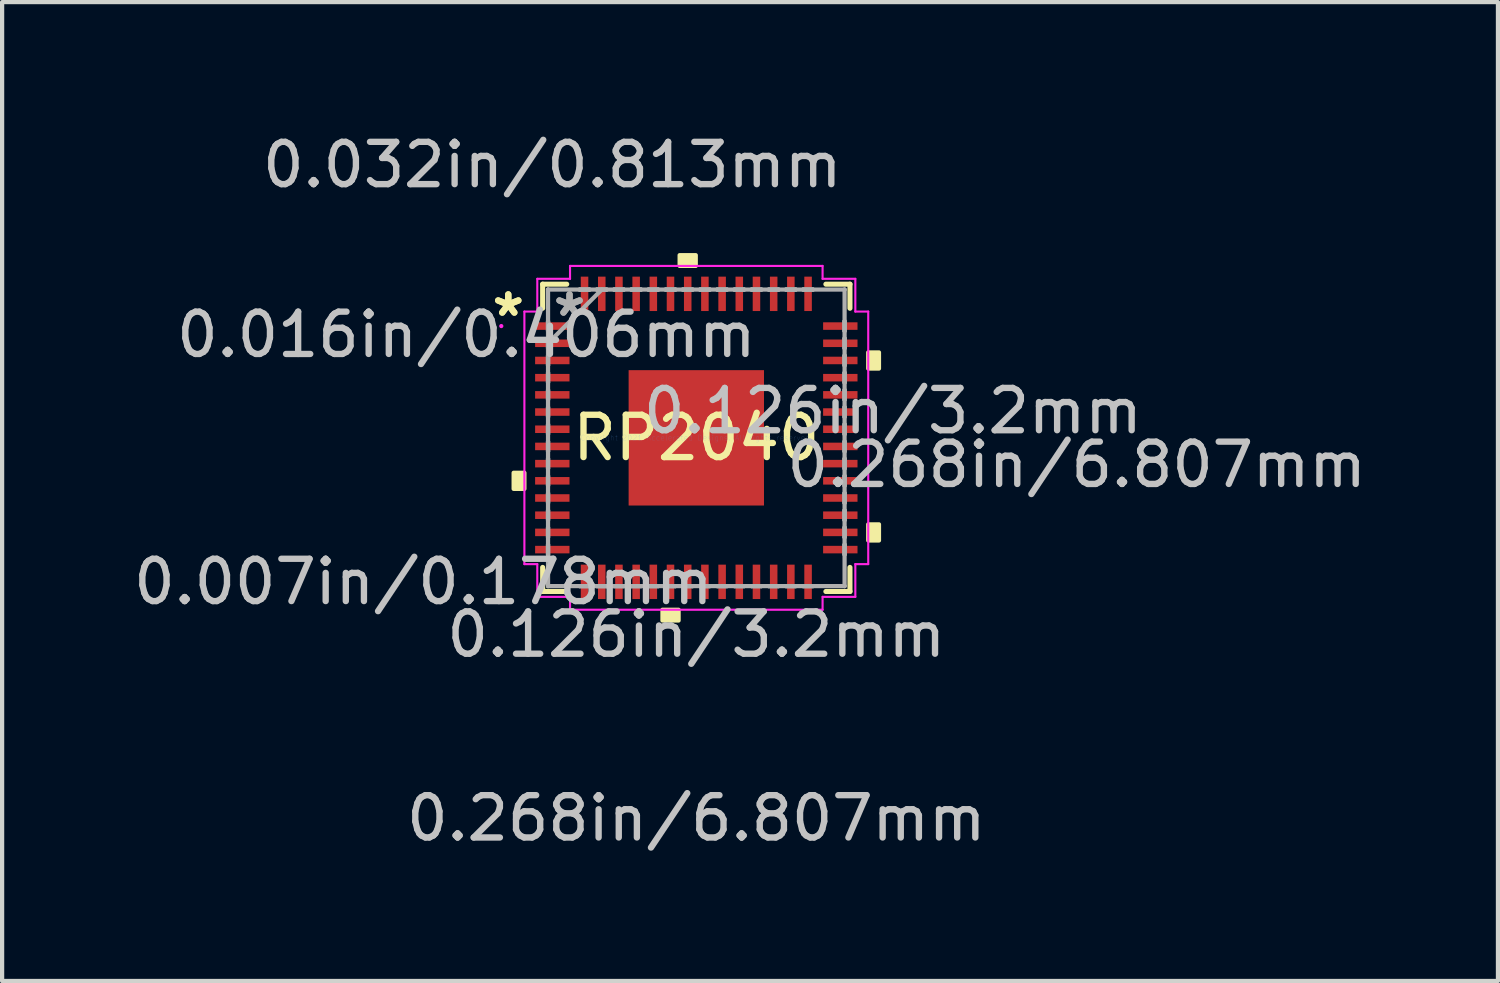
<source format=kicad_pcb>
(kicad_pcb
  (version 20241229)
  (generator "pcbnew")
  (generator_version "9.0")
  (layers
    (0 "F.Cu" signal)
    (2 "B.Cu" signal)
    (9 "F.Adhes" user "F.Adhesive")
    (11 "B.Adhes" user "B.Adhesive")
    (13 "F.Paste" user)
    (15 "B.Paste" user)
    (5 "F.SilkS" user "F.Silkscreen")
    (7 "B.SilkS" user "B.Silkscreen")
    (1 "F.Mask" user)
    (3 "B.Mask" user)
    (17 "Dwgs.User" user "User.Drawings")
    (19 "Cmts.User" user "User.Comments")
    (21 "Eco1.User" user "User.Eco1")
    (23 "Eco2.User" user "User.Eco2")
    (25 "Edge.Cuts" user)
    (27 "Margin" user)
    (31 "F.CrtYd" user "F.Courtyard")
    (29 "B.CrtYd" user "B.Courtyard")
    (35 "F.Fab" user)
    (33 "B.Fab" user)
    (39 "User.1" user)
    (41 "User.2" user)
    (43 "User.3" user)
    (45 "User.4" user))
  (footprint "RP2040"
    (layer "F.Cu")
    (at 13.41 7.3)
    (property "Reference" "RP2040" (at 0 0 0) (layer "F.SilkS") (effects (font (size 1 1) (thickness 0.15))))
    (attr through_hole)
    (fp_line (start -3.632 -3.632) (end -3.632 -3.063) (stroke (width 0.12) (type solid)) (layer "F.SilkS"))
    (fp_line (start -3.632 3.063) (end -3.632 3.632) (stroke (width 0.12) (type solid)) (layer "F.SilkS"))
    (fp_line (start -3.632 3.632) (end -3.063 3.632) (stroke (width 0.12) (type solid)) (layer "F.SilkS"))
    (fp_line (start -3.063 -3.632) (end -3.632 -3.632) (stroke (width 0.12) (type solid)) (layer "F.SilkS"))
    (fp_line (start 3.063 3.632) (end 3.632 3.632) (stroke (width 0.12) (type solid)) (layer "F.SilkS"))
    (fp_line (start 3.632 -3.632) (end 3.063 -3.632) (stroke (width 0.12) (type solid)) (layer "F.SilkS"))
    (fp_line (start 3.632 -3.063) (end 3.632 -3.632) (stroke (width 0.12) (type solid)) (layer "F.SilkS"))
    (fp_line (start 3.632 3.632) (end 3.632 3.063) (stroke (width 0.12) (type solid)) (layer "F.SilkS"))
    (fp_poly (pts (xy -4.318 0.826) (xy -4.318 1.206) (xy -4.064 1.206) (xy -4.064 0.826)) (stroke (width 0.1) (type solid)) (fill yes) (layer "F.SilkS"))
    (fp_poly (pts (xy -0.8 4.064) (xy -0.8 4.318) (xy -0.419 4.318) (xy -0.419 4.064)) (stroke (width 0.1) (type solid)) (fill yes) (layer "F.SilkS"))
    (fp_poly (pts (xy -0.394 -4.064) (xy -0.394 -4.318) (xy -0.013 -4.318) (xy -0.013 -4.064)) (stroke (width 0.1) (type solid)) (fill yes) (layer "F.SilkS"))
    (fp_poly (pts (xy 4.318 -2.019) (xy 4.318 -1.638) (xy 4.064 -1.638) (xy 4.064 -2.019)) (stroke (width 0.1) (type solid)) (fill yes) (layer "F.SilkS"))
    (fp_poly (pts (xy 4.318 2.045) (xy 4.318 2.426) (xy 4.064 2.426) (xy 4.064 2.045)) (stroke (width 0.1) (type solid)) (fill yes) (layer "F.SilkS"))
    (fp_poly (pts (xy -1.5 -1.5) (xy -1.5 -0.1) (xy -0.1 -0.1) (xy -0.1 -1.5)) (stroke (width 0.1) (type solid)) (fill yes) (layer "F.Paste"))
    (fp_poly (pts (xy -1.5 0.1) (xy -1.5 1.5) (xy -0.1 1.5) (xy -0.1 0.1)) (stroke (width 0.1) (type solid)) (fill yes) (layer "F.Paste"))
    (fp_poly (pts (xy 0.1 -1.5) (xy 0.1 -0.1) (xy 1.5 -0.1) (xy 1.5 -1.5)) (stroke (width 0.1) (type solid)) (fill yes) (layer "F.Paste"))
    (fp_poly (pts (xy 0.1 0.1) (xy 0.1 1.5) (xy 1.5 1.5) (xy 1.5 0.1)) (stroke (width 0.1) (type solid)) (fill yes) (layer "F.Paste"))
    (fp_line (start -4.064 -2.985) (end -3.759 -2.985) (stroke (width 0.05) (type solid)) (layer "F.CrtYd"))
    (fp_line (start -4.064 2.985) (end -4.064 -2.985) (stroke (width 0.05) (type solid)) (layer "F.CrtYd"))
    (fp_line (start -3.759 -3.759) (end -2.985 -3.759) (stroke (width 0.05) (type solid)) (layer "F.CrtYd"))
    (fp_line (start -3.759 -2.985) (end -3.759 -3.759) (stroke (width 0.05) (type solid)) (layer "F.CrtYd"))
    (fp_line (start -3.759 2.985) (end -4.064 2.985) (stroke (width 0.05) (type solid)) (layer "F.CrtYd"))
    (fp_line (start -3.759 3.759) (end -3.759 2.985) (stroke (width 0.05) (type solid)) (layer "F.CrtYd"))
    (fp_line (start -2.985 -4.064) (end 2.985 -4.064) (stroke (width 0.05) (type solid)) (layer "F.CrtYd"))
    (fp_line (start -2.985 -3.759) (end -2.985 -4.064) (stroke (width 0.05) (type solid)) (layer "F.CrtYd"))
    (fp_line (start -2.985 3.759) (end -3.759 3.759) (stroke (width 0.05) (type solid)) (layer "F.CrtYd"))
    (fp_line (start -2.985 4.064) (end -2.985 3.759) (stroke (width 0.05) (type solid)) (layer "F.CrtYd"))
    (fp_line (start 2.985 -4.064) (end 2.985 -3.759) (stroke (width 0.05) (type solid)) (layer "F.CrtYd"))
    (fp_line (start 2.985 -3.759) (end 3.759 -3.759) (stroke (width 0.05) (type solid)) (layer "F.CrtYd"))
    (fp_line (start 2.985 3.759) (end 2.985 4.064) (stroke (width 0.05) (type solid)) (layer "F.CrtYd"))
    (fp_line (start 2.985 4.064) (end -2.985 4.064) (stroke (width 0.05) (type solid)) (layer "F.CrtYd"))
    (fp_line (start 3.759 -3.759) (end 3.759 -2.985) (stroke (width 0.05) (type solid)) (layer "F.CrtYd"))
    (fp_line (start 3.759 -2.985) (end 4.064 -2.985) (stroke (width 0.05) (type solid)) (layer "F.CrtYd"))
    (fp_line (start 3.759 2.985) (end 3.759 3.759) (stroke (width 0.05) (type solid)) (layer "F.CrtYd"))
    (fp_line (start 3.759 3.759) (end 2.985 3.759) (stroke (width 0.05) (type solid)) (layer "F.CrtYd"))
    (fp_line (start 4.064 -2.985) (end 4.064 2.985) (stroke (width 0.05) (type solid)) (layer "F.CrtYd"))
    (fp_line (start 4.064 2.985) (end 3.759 2.985) (stroke (width 0.05) (type solid)) (layer "F.CrtYd"))
    (fp_circle (center -4.61 -2.642) (end -4.61 -2.642) (stroke (width 0.05) (type solid)) (fill no) (layer "F.CrtYd"))
    (fp_line (start -3.505 -3.505) (end -3.505 -3.505) (stroke (width 0.1) (type solid)) (layer "F.Fab"))
    (fp_line (start -3.505 -3.505) (end -3.505 3.505) (stroke (width 0.1) (type solid)) (layer "F.Fab"))
    (fp_line (start -3.505 -2.756) (end -3.505 -2.756) (stroke (width 0.1) (type solid)) (layer "F.Fab"))
    (fp_line (start -3.505 -2.756) (end -3.505 -2.527) (stroke (width 0.1) (type solid)) (layer "F.Fab"))
    (fp_line (start -3.505 -2.527) (end -3.505 -2.756) (stroke (width 0.1) (type solid)) (layer "F.Fab"))
    (fp_line (start -3.505 -2.527) (end -3.505 -2.527) (stroke (width 0.1) (type solid)) (layer "F.Fab"))
    (fp_line (start -3.505 -2.349) (end -3.505 -2.349) (stroke (width 0.1) (type solid)) (layer "F.Fab"))
    (fp_line (start -3.505 -2.349) (end -3.505 -2.121) (stroke (width 0.1) (type solid)) (layer "F.Fab"))
    (fp_line (start -3.505 -2.235) (end -2.235 -3.505) (stroke (width 0.1) (type solid)) (layer "F.Fab"))
    (fp_line (start -3.505 -2.121) (end -3.505 -2.349) (stroke (width 0.1) (type solid)) (layer "F.Fab"))
    (fp_line (start -3.505 -2.121) (end -3.505 -2.121) (stroke (width 0.1) (type solid)) (layer "F.Fab"))
    (fp_line (start -3.505 -1.943) (end -3.505 -1.943) (stroke (width 0.1) (type solid)) (layer "F.Fab"))
    (fp_line (start -3.505 -1.943) (end -3.505 -1.714) (stroke (width 0.1) (type solid)) (layer "F.Fab"))
    (fp_line (start -3.505 -1.714) (end -3.505 -1.943) (stroke (width 0.1) (type solid)) (layer "F.Fab"))
    (fp_line (start -3.505 -1.714) (end -3.505 -1.714) (stroke (width 0.1) (type solid)) (layer "F.Fab"))
    (fp_line (start -3.505 -1.537) (end -3.505 -1.537) (stroke (width 0.1) (type solid)) (layer "F.Fab"))
    (fp_line (start -3.505 -1.537) (end -3.505 -1.308) (stroke (width 0.1) (type solid)) (layer "F.Fab"))
    (fp_line (start -3.505 -1.308) (end -3.505 -1.537) (stroke (width 0.1) (type solid)) (layer "F.Fab"))
    (fp_line (start -3.505 -1.308) (end -3.505 -1.308) (stroke (width 0.1) (type solid)) (layer "F.Fab"))
    (fp_line (start -3.505 -1.13) (end -3.505 -1.13) (stroke (width 0.1) (type solid)) (layer "F.Fab"))
    (fp_line (start -3.505 -1.13) (end -3.505 -0.902) (stroke (width 0.1) (type solid)) (layer "F.Fab"))
    (fp_line (start -3.505 -0.902) (end -3.505 -1.13) (stroke (width 0.1) (type solid)) (layer "F.Fab"))
    (fp_line (start -3.505 -0.902) (end -3.505 -0.902) (stroke (width 0.1) (type solid)) (layer "F.Fab"))
    (fp_line (start -3.505 -0.724) (end -3.505 -0.724) (stroke (width 0.1) (type solid)) (layer "F.Fab"))
    (fp_line (start -3.505 -0.724) (end -3.505 -0.495) (stroke (width 0.1) (type solid)) (layer "F.Fab"))
    (fp_line (start -3.505 -0.495) (end -3.505 -0.724) (stroke (width 0.1) (type solid)) (layer "F.Fab"))
    (fp_line (start -3.505 -0.495) (end -3.505 -0.495) (stroke (width 0.1) (type solid)) (layer "F.Fab"))
    (fp_line (start -3.505 -0.318) (end -3.505 -0.318) (stroke (width 0.1) (type solid)) (layer "F.Fab"))
    (fp_line (start -3.505 -0.318) (end -3.505 -0.089) (stroke (width 0.1) (type solid)) (layer "F.Fab"))
    (fp_line (start -3.505 -0.089) (end -3.505 -0.318) (stroke (width 0.1) (type solid)) (layer "F.Fab"))
    (fp_line (start -3.505 -0.089) (end -3.505 -0.089) (stroke (width 0.1) (type solid)) (layer "F.Fab"))
    (fp_line (start -3.505 0.089) (end -3.505 0.089) (stroke (width 0.1) (type solid)) (layer "F.Fab"))
    (fp_line (start -3.505 0.089) (end -3.505 0.318) (stroke (width 0.1) (type solid)) (layer "F.Fab"))
    (fp_line (start -3.505 0.318) (end -3.505 0.089) (stroke (width 0.1) (type solid)) (layer "F.Fab"))
    (fp_line (start -3.505 0.318) (end -3.505 0.318) (stroke (width 0.1) (type solid)) (layer "F.Fab"))
    (fp_line (start -3.505 0.495) (end -3.505 0.495) (stroke (width 0.1) (type solid)) (layer "F.Fab"))
    (fp_line (start -3.505 0.495) (end -3.505 0.724) (stroke (width 0.1) (type solid)) (layer "F.Fab"))
    (fp_line (start -3.505 0.724) (end -3.505 0.495) (stroke (width 0.1) (type solid)) (layer "F.Fab"))
    (fp_line (start -3.505 0.724) (end -3.505 0.724) (stroke (width 0.1) (type solid)) (layer "F.Fab"))
    (fp_line (start -3.505 0.902) (end -3.505 0.902) (stroke (width 0.1) (type solid)) (layer "F.Fab"))
    (fp_line (start -3.505 0.902) (end -3.505 1.13) (stroke (width 0.1) (type solid)) (layer "F.Fab"))
    (fp_line (start -3.505 1.13) (end -3.505 0.902) (stroke (width 0.1) (type solid)) (layer "F.Fab"))
    (fp_line (start -3.505 1.13) (end -3.505 1.13) (stroke (width 0.1) (type solid)) (layer "F.Fab"))
    (fp_line (start -3.505 1.308) (end -3.505 1.308) (stroke (width 0.1) (type solid)) (layer "F.Fab"))
    (fp_line (start -3.505 1.308) (end -3.505 1.537) (stroke (width 0.1) (type solid)) (layer "F.Fab"))
    (fp_line (start -3.505 1.537) (end -3.505 1.308) (stroke (width 0.1) (type solid)) (layer "F.Fab"))
    (fp_line (start -3.505 1.537) (end -3.505 1.537) (stroke (width 0.1) (type solid)) (layer "F.Fab"))
    (fp_line (start -3.505 1.714) (end -3.505 1.714) (stroke (width 0.1) (type solid)) (layer "F.Fab"))
    (fp_line (start -3.505 1.714) (end -3.505 1.943) (stroke (width 0.1) (type solid)) (layer "F.Fab"))
    (fp_line (start -3.505 1.943) (end -3.505 1.714) (stroke (width 0.1) (type solid)) (layer "F.Fab"))
    (fp_line (start -3.505 1.943) (end -3.505 1.943) (stroke (width 0.1) (type solid)) (layer "F.Fab"))
    (fp_line (start -3.505 2.121) (end -3.505 2.121) (stroke (width 0.1) (type solid)) (layer "F.Fab"))
    (fp_line (start -3.505 2.121) (end -3.505 2.349) (stroke (width 0.1) (type solid)) (layer "F.Fab"))
    (fp_line (start -3.505 2.349) (end -3.505 2.121) (stroke (width 0.1) (type solid)) (layer "F.Fab"))
    (fp_line (start -3.505 2.349) (end -3.505 2.349) (stroke (width 0.1) (type solid)) (layer "F.Fab"))
    (fp_line (start -3.505 2.527) (end -3.505 2.527) (stroke (width 0.1) (type solid)) (layer "F.Fab"))
    (fp_line (start -3.505 2.527) (end -3.505 2.756) (stroke (width 0.1) (type solid)) (layer "F.Fab"))
    (fp_line (start -3.505 2.756) (end -3.505 2.527) (stroke (width 0.1) (type solid)) (layer "F.Fab"))
    (fp_line (start -3.505 2.756) (end -3.505 2.756) (stroke (width 0.1) (type solid)) (layer "F.Fab"))
    (fp_line (start -3.505 3.505) (end -3.505 3.505) (stroke (width 0.1) (type solid)) (layer "F.Fab"))
    (fp_line (start -3.505 3.505) (end 3.505 3.505) (stroke (width 0.1) (type solid)) (layer "F.Fab"))
    (fp_line (start -2.756 -3.505) (end -2.756 -3.505) (stroke (width 0.1) (type solid)) (layer "F.Fab"))
    (fp_line (start -2.756 -3.505) (end -2.527 -3.505) (stroke (width 0.1) (type solid)) (layer "F.Fab"))
    (fp_line (start -2.756 3.505) (end -2.756 3.505) (stroke (width 0.1) (type solid)) (layer "F.Fab"))
    (fp_line (start -2.756 3.505) (end -2.527 3.505) (stroke (width 0.1) (type solid)) (layer "F.Fab"))
    (fp_line (start -2.527 -3.505) (end -2.756 -3.505) (stroke (width 0.1) (type solid)) (layer "F.Fab"))
    (fp_line (start -2.527 -3.505) (end -2.527 -3.505) (stroke (width 0.1) (type solid)) (layer "F.Fab"))
    (fp_line (start -2.527 3.505) (end -2.756 3.505) (stroke (width 0.1) (type solid)) (layer "F.Fab"))
    (fp_line (start -2.527 3.505) (end -2.527 3.505) (stroke (width 0.1) (type solid)) (layer "F.Fab"))
    (fp_line (start -2.349 -3.505) (end -2.349 -3.505) (stroke (width 0.1) (type solid)) (layer "F.Fab"))
    (fp_line (start -2.349 -3.505) (end -2.121 -3.505) (stroke (width 0.1) (type solid)) (layer "F.Fab"))
    (fp_line (start -2.349 3.505) (end -2.349 3.505) (stroke (width 0.1) (type solid)) (layer "F.Fab"))
    (fp_line (start -2.349 3.505) (end -2.121 3.505) (stroke (width 0.1) (type solid)) (layer "F.Fab"))
    (fp_line (start -2.121 -3.505) (end -2.349 -3.505) (stroke (width 0.1) (type solid)) (layer "F.Fab"))
    (fp_line (start -2.121 -3.505) (end -2.121 -3.505) (stroke (width 0.1) (type solid)) (layer "F.Fab"))
    (fp_line (start -2.121 3.505) (end -2.349 3.505) (stroke (width 0.1) (type solid)) (layer "F.Fab"))
    (fp_line (start -2.121 3.505) (end -2.121 3.505) (stroke (width 0.1) (type solid)) (layer "F.Fab"))
    (fp_line (start -1.943 -3.505) (end -1.943 -3.505) (stroke (width 0.1) (type solid)) (layer "F.Fab"))
    (fp_line (start -1.943 -3.505) (end -1.714 -3.505) (stroke (width 0.1) (type solid)) (layer "F.Fab"))
    (fp_line (start -1.943 3.505) (end -1.943 3.505) (stroke (width 0.1) (type solid)) (layer "F.Fab"))
    (fp_line (start -1.943 3.505) (end -1.714 3.505) (stroke (width 0.1) (type solid)) (layer "F.Fab"))
    (fp_line (start -1.714 -3.505) (end -1.943 -3.505) (stroke (width 0.1) (type solid)) (layer "F.Fab"))
    (fp_line (start -1.714 -3.505) (end -1.714 -3.505) (stroke (width 0.1) (type solid)) (layer "F.Fab"))
    (fp_line (start -1.714 3.505) (end -1.943 3.505) (stroke (width 0.1) (type solid)) (layer "F.Fab"))
    (fp_line (start -1.714 3.505) (end -1.714 3.505) (stroke (width 0.1) (type solid)) (layer "F.Fab"))
    (fp_line (start -1.537 -3.505) (end -1.537 -3.505) (stroke (width 0.1) (type solid)) (layer "F.Fab"))
    (fp_line (start -1.537 -3.505) (end -1.308 -3.505) (stroke (width 0.1) (type solid)) (layer "F.Fab"))
    (fp_line (start -1.537 3.505) (end -1.537 3.505) (stroke (width 0.1) (type solid)) (layer "F.Fab"))
    (fp_line (start -1.537 3.505) (end -1.308 3.505) (stroke (width 0.1) (type solid)) (layer "F.Fab"))
    (fp_line (start -1.308 -3.505) (end -1.537 -3.505) (stroke (width 0.1) (type solid)) (layer "F.Fab"))
    (fp_line (start -1.308 -3.505) (end -1.308 -3.505) (stroke (width 0.1) (type solid)) (layer "F.Fab"))
    (fp_line (start -1.308 3.505) (end -1.537 3.505) (stroke (width 0.1) (type solid)) (layer "F.Fab"))
    (fp_line (start -1.308 3.505) (end -1.308 3.505) (stroke (width 0.1) (type solid)) (layer "F.Fab"))
    (fp_line (start -1.13 -3.505) (end -1.13 -3.505) (stroke (width 0.1) (type solid)) (layer "F.Fab"))
    (fp_line (start -1.13 -3.505) (end -0.902 -3.505) (stroke (width 0.1) (type solid)) (layer "F.Fab"))
    (fp_line (start -1.13 3.505) (end -1.13 3.505) (stroke (width 0.1) (type solid)) (layer "F.Fab"))
    (fp_line (start -1.13 3.505) (end -0.902 3.505) (stroke (width 0.1) (type solid)) (layer "F.Fab"))
    (fp_line (start -0.902 -3.505) (end -1.13 -3.505) (stroke (width 0.1) (type solid)) (layer "F.Fab"))
    (fp_line (start -0.902 -3.505) (end -0.902 -3.505) (stroke (width 0.1) (type solid)) (layer "F.Fab"))
    (fp_line (start -0.902 3.505) (end -1.13 3.505) (stroke (width 0.1) (type solid)) (layer "F.Fab"))
    (fp_line (start -0.902 3.505) (end -0.902 3.505) (stroke (width 0.1) (type solid)) (layer "F.Fab"))
    (fp_line (start -0.724 -3.505) (end -0.724 -3.505) (stroke (width 0.1) (type solid)) (layer "F.Fab"))
    (fp_line (start -0.724 -3.505) (end -0.495 -3.505) (stroke (width 0.1) (type solid)) (layer "F.Fab"))
    (fp_line (start -0.724 3.505) (end -0.724 3.505) (stroke (width 0.1) (type solid)) (layer "F.Fab"))
    (fp_line (start -0.724 3.505) (end -0.495 3.505) (stroke (width 0.1) (type solid)) (layer "F.Fab"))
    (fp_line (start -0.495 -3.505) (end -0.724 -3.505) (stroke (width 0.1) (type solid)) (layer "F.Fab"))
    (fp_line (start -0.495 -3.505) (end -0.495 -3.505) (stroke (width 0.1) (type solid)) (layer "F.Fab"))
    (fp_line (start -0.495 3.505) (end -0.724 3.505) (stroke (width 0.1) (type solid)) (layer "F.Fab"))
    (fp_line (start -0.495 3.505) (end -0.495 3.505) (stroke (width 0.1) (type solid)) (layer "F.Fab"))
    (fp_line (start -0.318 -3.505) (end -0.318 -3.505) (stroke (width 0.1) (type solid)) (layer "F.Fab"))
    (fp_line (start -0.318 -3.505) (end -0.089 -3.505) (stroke (width 0.1) (type solid)) (layer "F.Fab"))
    (fp_line (start -0.318 3.505) (end -0.318 3.505) (stroke (width 0.1) (type solid)) (layer "F.Fab"))
    (fp_line (start -0.318 3.505) (end -0.089 3.505) (stroke (width 0.1) (type solid)) (layer "F.Fab"))
    (fp_line (start -0.089 -3.505) (end -0.318 -3.505) (stroke (width 0.1) (type solid)) (layer "F.Fab"))
    (fp_line (start -0.089 -3.505) (end -0.089 -3.505) (stroke (width 0.1) (type solid)) (layer "F.Fab"))
    (fp_line (start -0.089 3.505) (end -0.318 3.505) (stroke (width 0.1) (type solid)) (layer "F.Fab"))
    (fp_line (start -0.089 3.505) (end -0.089 3.505) (stroke (width 0.1) (type solid)) (layer "F.Fab"))
    (fp_line (start 0.089 -3.505) (end 0.089 -3.505) (stroke (width 0.1) (type solid)) (layer "F.Fab"))
    (fp_line (start 0.089 -3.505) (end 0.318 -3.505) (stroke (width 0.1) (type solid)) (layer "F.Fab"))
    (fp_line (start 0.089 3.505) (end 0.089 3.505) (stroke (width 0.1) (type solid)) (layer "F.Fab"))
    (fp_line (start 0.089 3.505) (end 0.318 3.505) (stroke (width 0.1) (type solid)) (layer "F.Fab"))
    (fp_line (start 0.318 -3.505) (end 0.089 -3.505) (stroke (width 0.1) (type solid)) (layer "F.Fab"))
    (fp_line (start 0.318 -3.505) (end 0.318 -3.505) (stroke (width 0.1) (type solid)) (layer "F.Fab"))
    (fp_line (start 0.318 3.505) (end 0.089 3.505) (stroke (width 0.1) (type solid)) (layer "F.Fab"))
    (fp_line (start 0.318 3.505) (end 0.318 3.505) (stroke (width 0.1) (type solid)) (layer "F.Fab"))
    (fp_line (start 0.495 -3.505) (end 0.495 -3.505) (stroke (width 0.1) (type solid)) (layer "F.Fab"))
    (fp_line (start 0.495 -3.505) (end 0.724 -3.505) (stroke (width 0.1) (type solid)) (layer "F.Fab"))
    (fp_line (start 0.495 3.505) (end 0.495 3.505) (stroke (width 0.1) (type solid)) (layer "F.Fab"))
    (fp_line (start 0.495 3.505) (end 0.724 3.505) (stroke (width 0.1) (type solid)) (layer "F.Fab"))
    (fp_line (start 0.724 -3.505) (end 0.495 -3.505) (stroke (width 0.1) (type solid)) (layer "F.Fab"))
    (fp_line (start 0.724 -3.505) (end 0.724 -3.505) (stroke (width 0.1) (type solid)) (layer "F.Fab"))
    (fp_line (start 0.724 3.505) (end 0.495 3.505) (stroke (width 0.1) (type solid)) (layer "F.Fab"))
    (fp_line (start 0.724 3.505) (end 0.724 3.505) (stroke (width 0.1) (type solid)) (layer "F.Fab"))
    (fp_line (start 0.902 -3.505) (end 0.902 -3.505) (stroke (width 0.1) (type solid)) (layer "F.Fab"))
    (fp_line (start 0.902 -3.505) (end 1.13 -3.505) (stroke (width 0.1) (type solid)) (layer "F.Fab"))
    (fp_line (start 0.902 3.505) (end 0.902 3.505) (stroke (width 0.1) (type solid)) (layer "F.Fab"))
    (fp_line (start 0.902 3.505) (end 1.13 3.505) (stroke (width 0.1) (type solid)) (layer "F.Fab"))
    (fp_line (start 1.13 -3.505) (end 0.902 -3.505) (stroke (width 0.1) (type solid)) (layer "F.Fab"))
    (fp_line (start 1.13 -3.505) (end 1.13 -3.505) (stroke (width 0.1) (type solid)) (layer "F.Fab"))
    (fp_line (start 1.13 3.505) (end 0.902 3.505) (stroke (width 0.1) (type solid)) (layer "F.Fab"))
    (fp_line (start 1.13 3.505) (end 1.13 3.505) (stroke (width 0.1) (type solid)) (layer "F.Fab"))
    (fp_line (start 1.308 -3.505) (end 1.308 -3.505) (stroke (width 0.1) (type solid)) (layer "F.Fab"))
    (fp_line (start 1.308 -3.505) (end 1.537 -3.505) (stroke (width 0.1) (type solid)) (layer "F.Fab"))
    (fp_line (start 1.308 3.505) (end 1.308 3.505) (stroke (width 0.1) (type solid)) (layer "F.Fab"))
    (fp_line (start 1.308 3.505) (end 1.537 3.505) (stroke (width 0.1) (type solid)) (layer "F.Fab"))
    (fp_line (start 1.537 -3.505) (end 1.308 -3.505) (stroke (width 0.1) (type solid)) (layer "F.Fab"))
    (fp_line (start 1.537 -3.505) (end 1.537 -3.505) (stroke (width 0.1) (type solid)) (layer "F.Fab"))
    (fp_line (start 1.537 3.505) (end 1.308 3.505) (stroke (width 0.1) (type solid)) (layer "F.Fab"))
    (fp_line (start 1.537 3.505) (end 1.537 3.505) (stroke (width 0.1) (type solid)) (layer "F.Fab"))
    (fp_line (start 1.714 -3.505) (end 1.714 -3.505) (stroke (width 0.1) (type solid)) (layer "F.Fab"))
    (fp_line (start 1.714 -3.505) (end 1.943 -3.505) (stroke (width 0.1) (type solid)) (layer "F.Fab"))
    (fp_line (start 1.714 3.505) (end 1.714 3.505) (stroke (width 0.1) (type solid)) (layer "F.Fab"))
    (fp_line (start 1.714 3.505) (end 1.943 3.505) (stroke (width 0.1) (type solid)) (layer "F.Fab"))
    (fp_line (start 1.943 -3.505) (end 1.714 -3.505) (stroke (width 0.1) (type solid)) (layer "F.Fab"))
    (fp_line (start 1.943 -3.505) (end 1.943 -3.505) (stroke (width 0.1) (type solid)) (layer "F.Fab"))
    (fp_line (start 1.943 3.505) (end 1.714 3.505) (stroke (width 0.1) (type solid)) (layer "F.Fab"))
    (fp_line (start 1.943 3.505) (end 1.943 3.505) (stroke (width 0.1) (type solid)) (layer "F.Fab"))
    (fp_line (start 2.121 -3.505) (end 2.121 -3.505) (stroke (width 0.1) (type solid)) (layer "F.Fab"))
    (fp_line (start 2.121 -3.505) (end 2.349 -3.505) (stroke (width 0.1) (type solid)) (layer "F.Fab"))
    (fp_line (start 2.121 3.505) (end 2.121 3.505) (stroke (width 0.1) (type solid)) (layer "F.Fab"))
    (fp_line (start 2.121 3.505) (end 2.349 3.505) (stroke (width 0.1) (type solid)) (layer "F.Fab"))
    (fp_line (start 2.349 -3.505) (end 2.121 -3.505) (stroke (width 0.1) (type solid)) (layer "F.Fab"))
    (fp_line (start 2.349 -3.505) (end 2.349 -3.505) (stroke (width 0.1) (type solid)) (layer "F.Fab"))
    (fp_line (start 2.349 3.505) (end 2.121 3.505) (stroke (width 0.1) (type solid)) (layer "F.Fab"))
    (fp_line (start 2.349 3.505) (end 2.349 3.505) (stroke (width 0.1) (type solid)) (layer "F.Fab"))
    (fp_line (start 2.527 -3.505) (end 2.527 -3.505) (stroke (width 0.1) (type solid)) (layer "F.Fab"))
    (fp_line (start 2.527 -3.505) (end 2.756 -3.505) (stroke (width 0.1) (type solid)) (layer "F.Fab"))
    (fp_line (start 2.527 3.505) (end 2.527 3.505) (stroke (width 0.1) (type solid)) (layer "F.Fab"))
    (fp_line (start 2.527 3.505) (end 2.756 3.505) (stroke (width 0.1) (type solid)) (layer "F.Fab"))
    (fp_line (start 2.756 -3.505) (end 2.527 -3.505) (stroke (width 0.1) (type solid)) (layer "F.Fab"))
    (fp_line (start 2.756 -3.505) (end 2.756 -3.505) (stroke (width 0.1) (type solid)) (layer "F.Fab"))
    (fp_line (start 2.756 3.505) (end 2.527 3.505) (stroke (width 0.1) (type solid)) (layer "F.Fab"))
    (fp_line (start 2.756 3.505) (end 2.756 3.505) (stroke (width 0.1) (type solid)) (layer "F.Fab"))
    (fp_line (start 3.505 -3.505) (end -3.505 -3.505) (stroke (width 0.1) (type solid)) (layer "F.Fab"))
    (fp_line (start 3.505 -3.505) (end 3.505 -3.505) (stroke (width 0.1) (type solid)) (layer "F.Fab"))
    (fp_line (start 3.505 -2.756) (end 3.505 -2.756) (stroke (width 0.1) (type solid)) (layer "F.Fab"))
    (fp_line (start 3.505 -2.756) (end 3.505 -2.527) (stroke (width 0.1) (type solid)) (layer "F.Fab"))
    (fp_line (start 3.505 -2.527) (end 3.505 -2.756) (stroke (width 0.1) (type solid)) (layer "F.Fab"))
    (fp_line (start 3.505 -2.527) (end 3.505 -2.527) (stroke (width 0.1) (type solid)) (layer "F.Fab"))
    (fp_line (start 3.505 -2.349) (end 3.505 -2.349) (stroke (width 0.1) (type solid)) (layer "F.Fab"))
    (fp_line (start 3.505 -2.349) (end 3.505 -2.121) (stroke (width 0.1) (type solid)) (layer "F.Fab"))
    (fp_line (start 3.505 -2.121) (end 3.505 -2.349) (stroke (width 0.1) (type solid)) (layer "F.Fab"))
    (fp_line (start 3.505 -2.121) (end 3.505 -2.121) (stroke (width 0.1) (type solid)) (layer "F.Fab"))
    (fp_line (start 3.505 -1.943) (end 3.505 -1.943) (stroke (width 0.1) (type solid)) (layer "F.Fab"))
    (fp_line (start 3.505 -1.943) (end 3.505 -1.714) (stroke (width 0.1) (type solid)) (layer "F.Fab"))
    (fp_line (start 3.505 -1.714) (end 3.505 -1.943) (stroke (width 0.1) (type solid)) (layer "F.Fab"))
    (fp_line (start 3.505 -1.714) (end 3.505 -1.714) (stroke (width 0.1) (type solid)) (layer "F.Fab"))
    (fp_line (start 3.505 -1.537) (end 3.505 -1.537) (stroke (width 0.1) (type solid)) (layer "F.Fab"))
    (fp_line (start 3.505 -1.537) (end 3.505 -1.308) (stroke (width 0.1) (type solid)) (layer "F.Fab"))
    (fp_line (start 3.505 -1.308) (end 3.505 -1.537) (stroke (width 0.1) (type solid)) (layer "F.Fab"))
    (fp_line (start 3.505 -1.308) (end 3.505 -1.308) (stroke (width 0.1) (type solid)) (layer "F.Fab"))
    (fp_line (start 3.505 -1.13) (end 3.505 -1.13) (stroke (width 0.1) (type solid)) (layer "F.Fab"))
    (fp_line (start 3.505 -1.13) (end 3.505 -0.902) (stroke (width 0.1) (type solid)) (layer "F.Fab"))
    (fp_line (start 3.505 -0.902) (end 3.505 -1.13) (stroke (width 0.1) (type solid)) (layer "F.Fab"))
    (fp_line (start 3.505 -0.902) (end 3.505 -0.902) (stroke (width 0.1) (type solid)) (layer "F.Fab"))
    (fp_line (start 3.505 -0.724) (end 3.505 -0.724) (stroke (width 0.1) (type solid)) (layer "F.Fab"))
    (fp_line (start 3.505 -0.724) (end 3.505 -0.495) (stroke (width 0.1) (type solid)) (layer "F.Fab"))
    (fp_line (start 3.505 -0.495) (end 3.505 -0.724) (stroke (width 0.1) (type solid)) (layer "F.Fab"))
    (fp_line (start 3.505 -0.495) (end 3.505 -0.495) (stroke (width 0.1) (type solid)) (layer "F.Fab"))
    (fp_line (start 3.505 -0.318) (end 3.505 -0.318) (stroke (width 0.1) (type solid)) (layer "F.Fab"))
    (fp_line (start 3.505 -0.318) (end 3.505 -0.089) (stroke (width 0.1) (type solid)) (layer "F.Fab"))
    (fp_line (start 3.505 -0.089) (end 3.505 -0.318) (stroke (width 0.1) (type solid)) (layer "F.Fab"))
    (fp_line (start 3.505 -0.089) (end 3.505 -0.089) (stroke (width 0.1) (type solid)) (layer "F.Fab"))
    (fp_line (start 3.505 0.089) (end 3.505 0.089) (stroke (width 0.1) (type solid)) (layer "F.Fab"))
    (fp_line (start 3.505 0.089) (end 3.505 0.318) (stroke (width 0.1) (type solid)) (layer "F.Fab"))
    (fp_line (start 3.505 0.318) (end 3.505 0.089) (stroke (width 0.1) (type solid)) (layer "F.Fab"))
    (fp_line (start 3.505 0.318) (end 3.505 0.318) (stroke (width 0.1) (type solid)) (layer "F.Fab"))
    (fp_line (start 3.505 0.495) (end 3.505 0.495) (stroke (width 0.1) (type solid)) (layer "F.Fab"))
    (fp_line (start 3.505 0.495) (end 3.505 0.724) (stroke (width 0.1) (type solid)) (layer "F.Fab"))
    (fp_line (start 3.505 0.724) (end 3.505 0.495) (stroke (width 0.1) (type solid)) (layer "F.Fab"))
    (fp_line (start 3.505 0.724) (end 3.505 0.724) (stroke (width 0.1) (type solid)) (layer "F.Fab"))
    (fp_line (start 3.505 0.902) (end 3.505 0.902) (stroke (width 0.1) (type solid)) (layer "F.Fab"))
    (fp_line (start 3.505 0.902) (end 3.505 1.13) (stroke (width 0.1) (type solid)) (layer "F.Fab"))
    (fp_line (start 3.505 1.13) (end 3.505 0.902) (stroke (width 0.1) (type solid)) (layer "F.Fab"))
    (fp_line (start 3.505 1.13) (end 3.505 1.13) (stroke (width 0.1) (type solid)) (layer "F.Fab"))
    (fp_line (start 3.505 1.308) (end 3.505 1.308) (stroke (width 0.1) (type solid)) (layer "F.Fab"))
    (fp_line (start 3.505 1.308) (end 3.505 1.537) (stroke (width 0.1) (type solid)) (layer "F.Fab"))
    (fp_line (start 3.505 1.537) (end 3.505 1.308) (stroke (width 0.1) (type solid)) (layer "F.Fab"))
    (fp_line (start 3.505 1.537) (end 3.505 1.537) (stroke (width 0.1) (type solid)) (layer "F.Fab"))
    (fp_line (start 3.505 1.714) (end 3.505 1.714) (stroke (width 0.1) (type solid)) (layer "F.Fab"))
    (fp_line (start 3.505 1.714) (end 3.505 1.943) (stroke (width 0.1) (type solid)) (layer "F.Fab"))
    (fp_line (start 3.505 1.943) (end 3.505 1.714) (stroke (width 0.1) (type solid)) (layer "F.Fab"))
    (fp_line (start 3.505 1.943) (end 3.505 1.943) (stroke (width 0.1) (type solid)) (layer "F.Fab"))
    (fp_line (start 3.505 2.121) (end 3.505 2.121) (stroke (width 0.1) (type solid)) (layer "F.Fab"))
    (fp_line (start 3.505 2.121) (end 3.505 2.349) (stroke (width 0.1) (type solid)) (layer "F.Fab"))
    (fp_line (start 3.505 2.349) (end 3.505 2.121) (stroke (width 0.1) (type solid)) (layer "F.Fab"))
    (fp_line (start 3.505 2.349) (end 3.505 2.349) (stroke (width 0.1) (type solid)) (layer "F.Fab"))
    (fp_line (start 3.505 2.527) (end 3.505 2.527) (stroke (width 0.1) (type solid)) (layer "F.Fab"))
    (fp_line (start 3.505 2.527) (end 3.505 2.756) (stroke (width 0.1) (type solid)) (layer "F.Fab"))
    (fp_line (start 3.505 2.756) (end 3.505 2.527) (stroke (width 0.1) (type solid)) (layer "F.Fab"))
    (fp_line (start 3.505 2.756) (end 3.505 2.756) (stroke (width 0.1) (type solid)) (layer "F.Fab"))
    (fp_line (start 3.505 3.505) (end 3.505 -3.505) (stroke (width 0.1) (type solid)) (layer "F.Fab"))
    (fp_line (start 3.505 3.505) (end 3.505 3.505) (stroke (width 0.1) (type solid)) (layer "F.Fab"))
    (fp_text user "*" (at -4.445 -2.845 0) (layer "F.SilkS") (effects (font (size 1 1) (thickness 0.15))))
    (fp_text user "*" (at -4.445 -2.845 0) (layer "F.SilkS") (effects (font (size 1 1) (thickness 0.15))))
    (fp_text user "0.268in/6.807mm" (at 8.992 0.635 0) (layer "Dwgs.User") (effects (font (size 1 1) (thickness 0.15))))
    (fp_text user "0.126in/3.2mm" (at 4.648 -0.635 0) (layer "Dwgs.User") (effects (font (size 1 1) (thickness 0.15))))
    (fp_text user "0.268in/6.807mm" (at 0 8.992 0) (layer "Dwgs.User") (effects (font (size 1 1) (thickness 0.15))))
    (fp_text user "0.007in/0.178mm" (at -6.452 3.404 0) (layer "Dwgs.User") (effects (font (size 1 1) (thickness 0.15))))
    (fp_text user "0.016in/0.406mm" (at -5.436 -2.438 0) (layer "Dwgs.User") (effects (font (size 1 1) (thickness 0.15))))
    (fp_text user "0.032in/0.813mm" (at -3.404 -6.452 0) (layer "Dwgs.User") (effects (font (size 1 1) (thickness 0.15))))
    (fp_text user "0.126in/3.2mm" (at 0 4.648 0) (layer "Dwgs.User") (effects (font (size 1 1) (thickness 0.15))))
    (fp_text user "Copyright 2021 Accelerated Designs. All rights reserved." (at 0 0 0) (layer "Cmts.User") (effects (font (size 0.127 0.127) (thickness 0.002))))
    (fp_text user "*" (at -2.997 -2.845 0) (layer "F.Fab") (effects (font (size 1 1) (thickness 0.15))))
    (fp_text user "*" (at -2.997 -2.845 0) (layer "F.Fab") (effects (font (size 1 1) (thickness 0.15))))
    (pad "1" smd rect (at -3.404 -2.642 90) (size 0.178 0.813) (layers "F.Cu" "F.Mask" "F.Paste"))
    (pad "2" smd rect (at -3.404 -2.235 90) (size 0.178 0.813) (layers "F.Cu" "F.Mask" "F.Paste"))
    (pad "3" smd rect (at -3.404 -1.829 90) (size 0.178 0.813) (layers "F.Cu" "F.Mask" "F.Paste"))
    (pad "4" smd rect (at -3.404 -1.422 90) (size 0.178 0.813) (layers "F.Cu" "F.Mask" "F.Paste"))
    (pad "5" smd rect (at -3.404 -1.016 90) (size 0.178 0.813) (layers "F.Cu" "F.Mask" "F.Paste"))
    (pad "6" smd rect (at -3.404 -0.61 90) (size 0.178 0.813) (layers "F.Cu" "F.Mask" "F.Paste"))
    (pad "7" smd rect (at -3.404 -0.203 90) (size 0.178 0.813) (layers "F.Cu" "F.Mask" "F.Paste"))
    (pad "8" smd rect (at -3.404 0.203 90) (size 0.178 0.813) (layers "F.Cu" "F.Mask" "F.Paste"))
    (pad "9" smd rect (at -3.404 0.61 90) (size 0.178 0.813) (layers "F.Cu" "F.Mask" "F.Paste"))
    (pad "10" smd rect (at -3.404 1.016 90) (size 0.178 0.813) (layers "F.Cu" "F.Mask" "F.Paste"))
    (pad "11" smd rect (at -3.404 1.422 90) (size 0.178 0.813) (layers "F.Cu" "F.Mask" "F.Paste"))
    (pad "12" smd rect (at -3.404 1.829 90) (size 0.178 0.813) (layers "F.Cu" "F.Mask" "F.Paste"))
    (pad "13" smd rect (at -3.404 2.235 90) (size 0.178 0.813) (layers "F.Cu" "F.Mask" "F.Paste"))
    (pad "14" smd rect (at -3.404 2.642 90) (size 0.178 0.813) (layers "F.Cu" "F.Mask" "F.Paste"))
    (pad "15" smd rect (at -2.642 3.404) (size 0.178 0.813) (layers "F.Cu" "F.Mask" "F.Paste"))
    (pad "16" smd rect (at -2.235 3.404) (size 0.178 0.813) (layers "F.Cu" "F.Mask" "F.Paste"))
    (pad "17" smd rect (at -1.829 3.404) (size 0.178 0.813) (layers "F.Cu" "F.Mask" "F.Paste"))
    (pad "18" smd rect (at -1.422 3.404) (size 0.178 0.813) (layers "F.Cu" "F.Mask" "F.Paste"))
    (pad "19" smd rect (at -1.016 3.404) (size 0.178 0.813) (layers "F.Cu" "F.Mask" "F.Paste"))
    (pad "20" smd rect (at -0.61 3.404) (size 0.178 0.813) (layers "F.Cu" "F.Mask" "F.Paste"))
    (pad "21" smd rect (at -0.203 3.404) (size 0.178 0.813) (layers "F.Cu" "F.Mask" "F.Paste"))
    (pad "22" smd rect (at 0.203 3.404) (size 0.178 0.813) (layers "F.Cu" "F.Mask" "F.Paste"))
    (pad "23" smd rect (at 0.61 3.404) (size 0.178 0.813) (layers "F.Cu" "F.Mask" "F.Paste"))
    (pad "24" smd rect (at 1.016 3.404) (size 0.178 0.813) (layers "F.Cu" "F.Mask" "F.Paste"))
    (pad "25" smd rect (at 1.422 3.404) (size 0.178 0.813) (layers "F.Cu" "F.Mask" "F.Paste"))
    (pad "26" smd rect (at 1.829 3.404) (size 0.178 0.813) (layers "F.Cu" "F.Mask" "F.Paste"))
    (pad "27" smd rect (at 2.235 3.404) (size 0.178 0.813) (layers "F.Cu" "F.Mask" "F.Paste"))
    (pad "28" smd rect (at 2.642 3.404) (size 0.178 0.813) (layers "F.Cu" "F.Mask" "F.Paste"))
    (pad "29" smd rect (at 3.404 2.642 90) (size 0.178 0.813) (layers "F.Cu" "F.Mask" "F.Paste"))
    (pad "30" smd rect (at 3.404 2.235 90) (size 0.178 0.813) (layers "F.Cu" "F.Mask" "F.Paste"))
    (pad "31" smd rect (at 3.404 1.829 90) (size 0.178 0.813) (layers "F.Cu" "F.Mask" "F.Paste"))
    (pad "32" smd rect (at 3.404 1.422 90) (size 0.178 0.813) (layers "F.Cu" "F.Mask" "F.Paste"))
    (pad "33" smd rect (at 3.404 1.016 90) (size 0.178 0.813) (layers "F.Cu" "F.Mask" "F.Paste"))
    (pad "34" smd rect (at 3.404 0.61 90) (size 0.178 0.813) (layers "F.Cu" "F.Mask" "F.Paste"))
    (pad "35" smd rect (at 3.404 0.203 90) (size 0.178 0.813) (layers "F.Cu" "F.Mask" "F.Paste"))
    (pad "36" smd rect (at 3.404 -0.203 90) (size 0.178 0.813) (layers "F.Cu" "F.Mask" "F.Paste"))
    (pad "37" smd rect (at 3.404 -0.61 90) (size 0.178 0.813) (layers "F.Cu" "F.Mask" "F.Paste"))
    (pad "38" smd rect (at 3.404 -1.016 90) (size 0.178 0.813) (layers "F.Cu" "F.Mask" "F.Paste"))
    (pad "39" smd rect (at 3.404 -1.422 90) (size 0.178 0.813) (layers "F.Cu" "F.Mask" "F.Paste"))
    (pad "40" smd rect (at 3.404 -1.829 90) (size 0.178 0.813) (layers "F.Cu" "F.Mask" "F.Paste"))
    (pad "41" smd rect (at 3.404 -2.235 90) (size 0.178 0.813) (layers "F.Cu" "F.Mask" "F.Paste"))
    (pad "42" smd rect (at 3.404 -2.642 90) (size 0.178 0.813) (layers "F.Cu" "F.Mask" "F.Paste"))
    (pad "43" smd rect (at 2.642 -3.404) (size 0.178 0.813) (layers "F.Cu" "F.Mask" "F.Paste"))
    (pad "44" smd rect (at 2.235 -3.404) (size 0.178 0.813) (layers "F.Cu" "F.Mask" "F.Paste"))
    (pad "45" smd rect (at 1.829 -3.404) (size 0.178 0.813) (layers "F.Cu" "F.Mask" "F.Paste"))
    (pad "46" smd rect (at 1.422 -3.404) (size 0.178 0.813) (layers "F.Cu" "F.Mask" "F.Paste"))
    (pad "47" smd rect (at 1.016 -3.404) (size 0.178 0.813) (layers "F.Cu" "F.Mask" "F.Paste"))
    (pad "48" smd rect (at 0.61 -3.404) (size 0.178 0.813) (layers "F.Cu" "F.Mask" "F.Paste"))
    (pad "49" smd rect (at 0.203 -3.404) (size 0.178 0.813) (layers "F.Cu" "F.Mask" "F.Paste"))
    (pad "50" smd rect (at -0.203 -3.404) (size 0.178 0.813) (layers "F.Cu" "F.Mask" "F.Paste"))
    (pad "51" smd rect (at -0.61 -3.404) (size 0.178 0.813) (layers "F.Cu" "F.Mask" "F.Paste"))
    (pad "52" smd rect (at -1.016 -3.404) (size 0.178 0.813) (layers "F.Cu" "F.Mask" "F.Paste"))
    (pad "53" smd rect (at -1.422 -3.404) (size 0.178 0.813) (layers "F.Cu" "F.Mask" "F.Paste"))
    (pad "54" smd rect (at -1.829 -3.404) (size 0.178 0.813) (layers "F.Cu" "F.Mask" "F.Paste"))
    (pad "55" smd rect (at -2.235 -3.404) (size 0.178 0.813) (layers "F.Cu" "F.Mask" "F.Paste"))
    (pad "56" smd rect (at -2.642 -3.404) (size 0.178 0.813) (layers "F.Cu" "F.Mask" "F.Paste"))
    (pad "57" smd rect (at 0 0) (size 3.2 3.2) (layers "F.Cu" "F.Mask")))
  (gr_rect
    (start -3 -3)
    (end 32.36 20.14)
    (stroke (width 0.1) (type default))
    (fill no)
    (layer "Edge.Cuts")))
</source>
